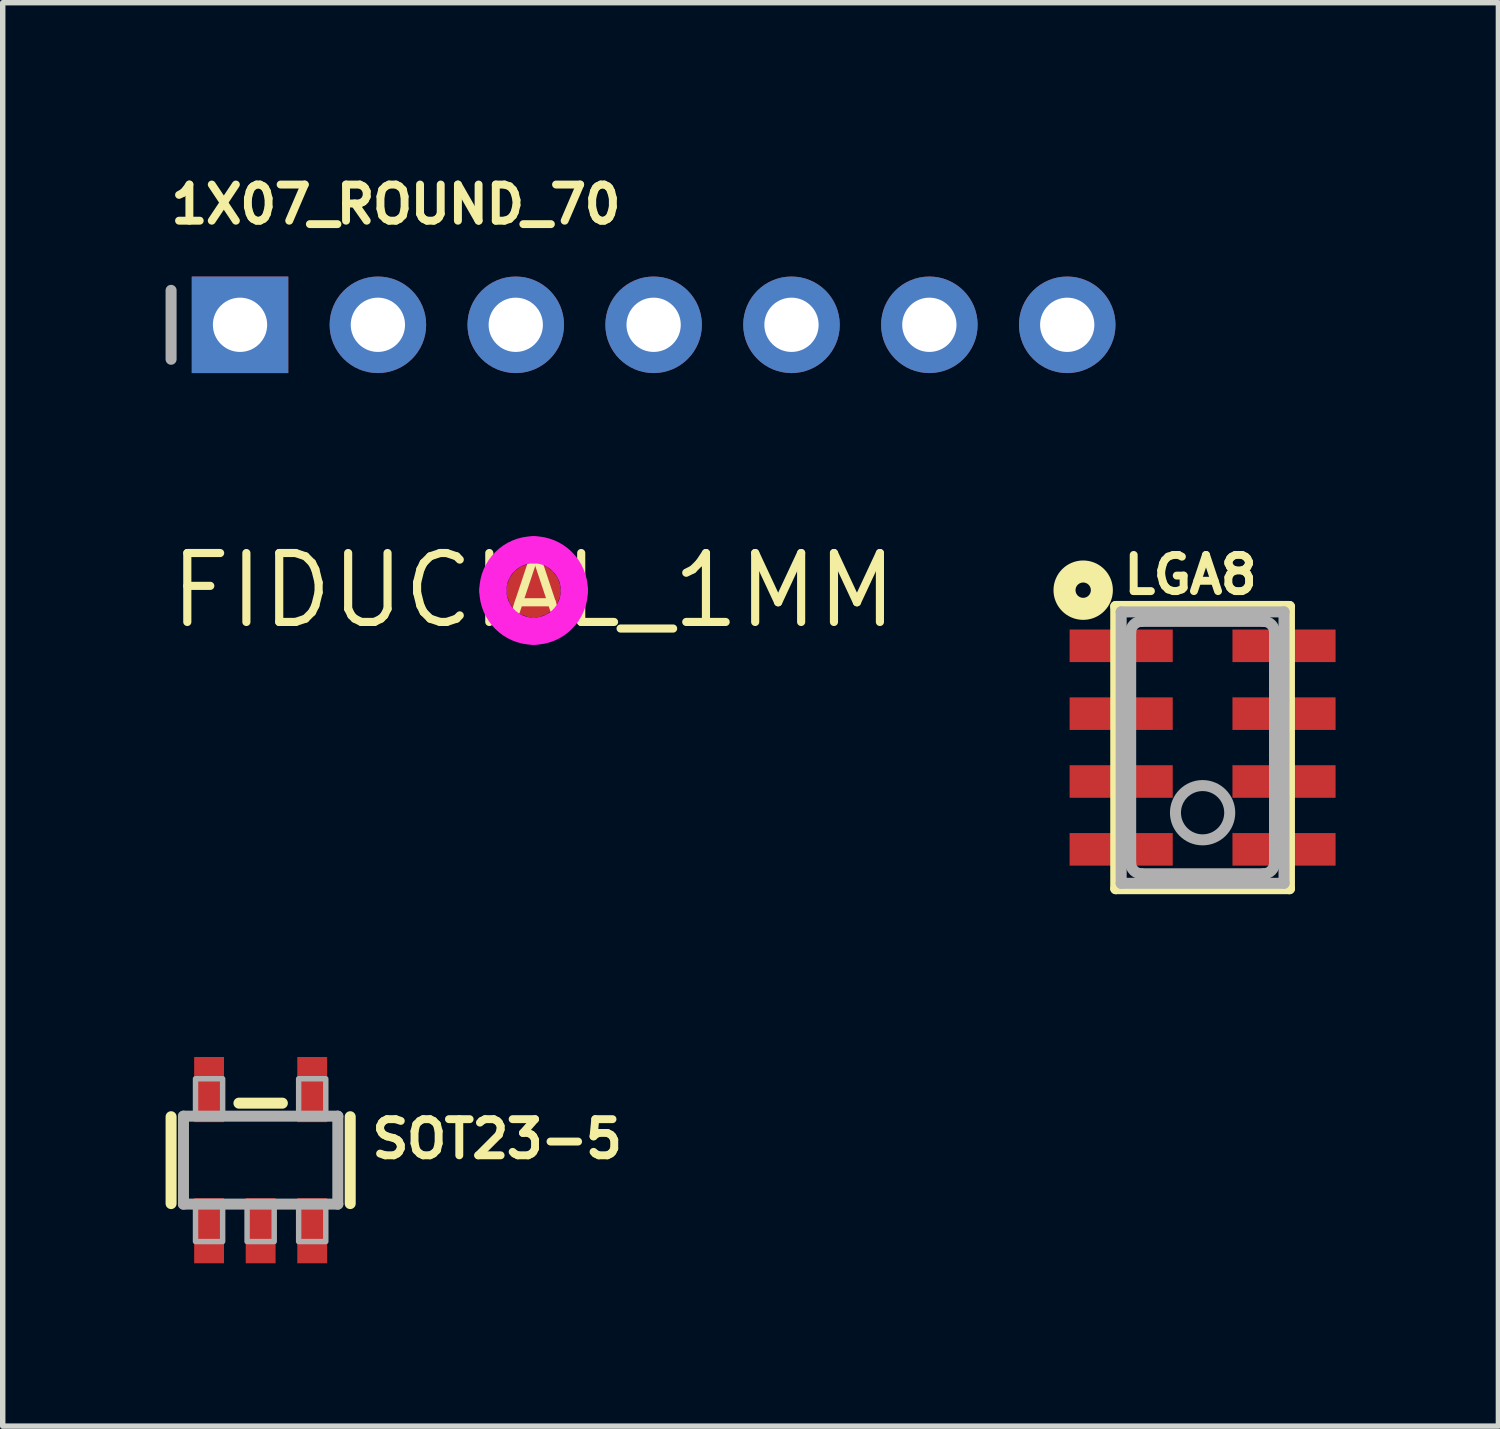
<source format=kicad_pcb>
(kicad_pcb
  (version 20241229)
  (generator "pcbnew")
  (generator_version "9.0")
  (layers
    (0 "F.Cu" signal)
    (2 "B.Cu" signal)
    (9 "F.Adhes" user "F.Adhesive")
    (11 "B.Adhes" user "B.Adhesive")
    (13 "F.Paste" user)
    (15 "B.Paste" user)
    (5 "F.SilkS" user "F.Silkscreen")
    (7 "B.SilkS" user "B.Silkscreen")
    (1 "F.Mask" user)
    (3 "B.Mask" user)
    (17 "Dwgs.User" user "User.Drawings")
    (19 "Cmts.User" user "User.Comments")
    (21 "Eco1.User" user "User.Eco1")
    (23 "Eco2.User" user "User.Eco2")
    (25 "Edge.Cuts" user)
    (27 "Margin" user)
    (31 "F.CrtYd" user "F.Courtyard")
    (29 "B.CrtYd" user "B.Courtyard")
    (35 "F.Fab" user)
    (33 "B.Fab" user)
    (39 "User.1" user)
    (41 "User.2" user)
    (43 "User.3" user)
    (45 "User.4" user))
  (footprint "FIDUCIAL_1MM"
    (layer "F.Cu")
    (at 6.781 7.829)
    (property "Reference" "FIDUCIAL_1MM" (at 0 0 0) (layer "F.SilkS") (effects (font (size 1.27 1.27) (thickness 0.15))))
    (fp_arc (start -0.75 0) (mid -0.53033 -0.53033) (end 0 -0.75) (stroke (width 0.5) (type solid)) (layer "F.Mask"))
    (fp_arc (start 0 -0.75) (mid 0.53033 -0.53033) (end 0.75 0) (stroke (width 0.5) (type solid)) (layer "F.Mask"))
    (fp_arc (start 0 0.75) (mid -0.53033 0.53033) (end -0.75 0) (stroke (width 0.5) (type solid)) (layer "F.Mask"))
    (fp_arc (start 0.75 0) (mid 0.53033 0.53033) (end 0 0.75) (stroke (width 0.5) (type solid)) (layer "F.Mask"))
    (fp_arc (start -0.75 0) (mid -0.53033 -0.53033) (end 0 -0.75) (stroke (width 0.5) (type solid)) (layer "F.CrtYd"))
    (fp_arc (start 0 -0.75) (mid 0.53033 -0.53033) (end 0.75 0) (stroke (width 0.5) (type solid)) (layer "F.CrtYd"))
    (fp_arc (start 0 0.75) (mid -0.53033 0.53033) (end -0.75 0) (stroke (width 0.5) (type solid)) (layer "F.CrtYd"))
    (fp_arc (start 0.75 0) (mid 0.53033 0.53033) (end 0 0.75) (stroke (width 0.5) (type solid)) (layer "F.CrtYd"))
    (pad "1" smd roundrect (at 0 0) (size 1 1) (layers "F.Cu" "F.Mask") (roundrect_rratio 0.5)))
  (footprint "1X07_ROUND_70"
    (layer "F.Cu")
    (at 8.992 2.934)
    (property "Reference" "1X07_ROUND_70" (at -8.966 -1.829 0) (layer "F.SilkS") (effects (font (size 0.666 0.666) (thickness 0.146)) (justify left bottom)))
    (fp_line (start -8.89 -0.635) (end -8.89 0.635) (stroke (width 0.203) (type solid)) (layer "F.Fab"))
    (fp_poly (pts (xy -7.874 0.254) (xy -7.366 0.254) (xy -7.366 -0.254) (xy -7.874 -0.254)) (stroke (width 0.1) (type solid)) (fill no) (layer "F.Fab"))
    (fp_poly (pts (xy -5.334 0.254) (xy -4.826 0.254) (xy -4.826 -0.254) (xy -5.334 -0.254)) (stroke (width 0.1) (type solid)) (fill no) (layer "F.Fab"))
    (fp_poly (pts (xy -2.794 0.254) (xy -2.286 0.254) (xy -2.286 -0.254) (xy -2.794 -0.254)) (stroke (width 0.1) (type solid)) (fill no) (layer "F.Fab"))
    (fp_poly (pts (xy -0.254 0.254) (xy 0.254 0.254) (xy 0.254 -0.254) (xy -0.254 -0.254)) (stroke (width 0.1) (type solid)) (fill no) (layer "F.Fab"))
    (fp_poly (pts (xy 2.286 0.254) (xy 2.794 0.254) (xy 2.794 -0.254) (xy 2.286 -0.254)) (stroke (width 0.1) (type solid)) (fill no) (layer "F.Fab"))
    (fp_poly (pts (xy 4.826 0.254) (xy 5.334 0.254) (xy 5.334 -0.254) (xy 4.826 -0.254)) (stroke (width 0.1) (type solid)) (fill no) (layer "F.Fab"))
    (fp_poly (pts (xy 7.366 0.254) (xy 7.874 0.254) (xy 7.874 -0.254) (xy 7.366 -0.254)) (stroke (width 0.1) (type solid)) (fill no) (layer "F.Fab"))
    (pad "1" thru_hole rect (at -7.62 0 90) (size 1.778 1.778) (drill 1) (layers "*.Cu" "*.Mask"))
    (pad "2" thru_hole circle (at -5.08 0 90) (size 1.778 1.778) (drill 1) (layers "*.Cu" "*.Mask"))
    (pad "3" thru_hole circle (at -2.54 0 90) (size 1.778 1.778) (drill 1) (layers "*.Cu" "*.Mask"))
    (pad "4" thru_hole circle (at 0 0 90) (size 1.778 1.778) (drill 1) (layers "*.Cu" "*.Mask"))
    (pad "5" thru_hole circle (at 2.54 0 90) (size 1.778 1.778) (drill 1) (layers "*.Cu" "*.Mask"))
    (pad "6" thru_hole circle (at 5.08 0 90) (size 1.778 1.778) (drill 1) (layers "*.Cu" "*.Mask"))
    (pad "7" thru_hole circle (at 7.62 0 90) (size 1.778 1.778) (drill 1) (layers "*.Cu" "*.Mask")))
  (footprint "SOT23-5"
    (layer "F.Cu")
    (at 1.752 18.324)
    (property "Reference" "SOT23-5" (at 1.978 0 0) (layer "F.SilkS") (effects (font (size 0.666 0.666) (thickness 0.146)) (justify left bottom)))
    (fp_line (start -1.65 -0.8) (end -1.65 0.8) (stroke (width 0.203) (type solid)) (layer "F.SilkS"))
    (fp_line (start -0.4 -1.05) (end 0.4 -1.05) (stroke (width 0.203) (type solid)) (layer "F.SilkS"))
    (fp_line (start 1.65 -0.8) (end 1.65 0.8) (stroke (width 0.203) (type solid)) (layer "F.SilkS"))
    (fp_line (start -1.422 -0.81) (end 1.422 -0.81) (stroke (width 0.203) (type solid)) (layer "F.Fab"))
    (fp_line (start -1.422 0.81) (end -1.422 -0.81) (stroke (width 0.203) (type solid)) (layer "F.Fab"))
    (fp_line (start 1.422 -0.81) (end 1.422 0.81) (stroke (width 0.203) (type solid)) (layer "F.Fab"))
    (fp_line (start 1.422 0.81) (end -1.422 0.81) (stroke (width 0.203) (type solid)) (layer "F.Fab"))
    (fp_poly (pts (xy -1.2 -0.85) (xy -0.7 -0.85) (xy -0.7 -1.5) (xy -1.2 -1.5)) (stroke (width 0.1) (type solid)) (fill no) (layer "F.Fab"))
    (fp_poly (pts (xy -1.2 1.5) (xy -0.7 1.5) (xy -0.7 0.85) (xy -1.2 0.85)) (stroke (width 0.1) (type solid)) (fill no) (layer "F.Fab"))
    (fp_poly (pts (xy -0.25 1.5) (xy 0.25 1.5) (xy 0.25 0.85) (xy -0.25 0.85)) (stroke (width 0.1) (type solid)) (fill no) (layer "F.Fab"))
    (fp_poly (pts (xy 0.7 -0.85) (xy 1.2 -0.85) (xy 1.2 -1.5) (xy 0.7 -1.5)) (stroke (width 0.1) (type solid)) (fill no) (layer "F.Fab"))
    (fp_poly (pts (xy 0.7 1.5) (xy 1.2 1.5) (xy 1.2 0.85) (xy 0.7 0.85)) (stroke (width 0.1) (type solid)) (fill no) (layer "F.Fab"))
    (pad "1" smd rect (at -0.95 1.3) (size 0.55 1.2) (layers "F.Cu" "F.Mask" "F.Paste"))
    (pad "2" smd rect (at 0 1.3) (size 0.55 1.2) (layers "F.Cu" "F.Mask" "F.Paste"))
    (pad "3" smd rect (at 0.95 1.3) (size 0.55 1.2) (layers "F.Cu" "F.Mask" "F.Paste"))
    (pad "4" smd rect (at 0.95 -1.3) (size 0.55 1.2) (layers "F.Cu" "F.Mask" "F.Paste"))
    (pad "5" smd rect (at -0.95 -1.3) (size 0.55 1.2) (layers "F.Cu" "F.Mask" "F.Paste")))
  (footprint "LGA8"
    (layer "F.Cu")
    (at 19.106 10.723)
    (property "Reference" "LGA8" (at -1.524 -2.794 0) (layer "F.SilkS") (effects (font (size 0.666 0.666) (thickness 0.146)) (justify left bottom)))
    (fp_line (start -1.6 -2.6) (end 1.6 -2.6) (stroke (width 0.203) (type solid)) (layer "F.SilkS"))
    (fp_line (start -1.6 2.6) (end -1.6 -2.6) (stroke (width 0.203) (type solid)) (layer "F.SilkS"))
    (fp_line (start 1.6 -2.6) (end 1.6 2.6) (stroke (width 0.203) (type solid)) (layer "F.SilkS"))
    (fp_line (start 1.6 2.6) (end -1.6 2.6) (stroke (width 0.203) (type solid)) (layer "F.SilkS"))
    (fp_circle (center -2.2 -2.9) (end -2.059 -2.9) (stroke (width 0.406) (type solid)) (fill no) (layer "F.SilkS"))
    (fp_line (start -1.5 -2.5) (end 1.5 -2.5) (stroke (width 0.203) (type solid)) (layer "F.Fab"))
    (fp_line (start -1.5 2.5) (end -1.5 -2.5) (stroke (width 0.203) (type solid)) (layer "F.Fab"))
    (fp_line (start -1.325 2.125) (end -1.325 -2.125) (stroke (width 0.203) (type solid)) (layer "F.Fab"))
    (fp_line (start -1.125 -2.325) (end 1.125 -2.325) (stroke (width 0.203) (type solid)) (layer "F.Fab"))
    (fp_line (start 1.125 2.325) (end -1.125 2.325) (stroke (width 0.203) (type solid)) (layer "F.Fab"))
    (fp_line (start 1.325 -2.125) (end 1.325 2.125) (stroke (width 0.203) (type solid)) (layer "F.Fab"))
    (fp_line (start 1.5 -2.5) (end 1.5 2.5) (stroke (width 0.203) (type solid)) (layer "F.Fab"))
    (fp_line (start 1.5 2.5) (end -1.5 2.5) (stroke (width 0.203) (type solid)) (layer "F.Fab"))
    (fp_arc (start -1.325 -2.125) (mid -1.266421 -2.266421) (end -1.125 -2.325) (stroke (width 0.2032) (type solid)) (layer "F.Fab"))
    (fp_arc (start -1.125 2.325) (mid -1.266421 2.266421) (end -1.325 2.125) (stroke (width 0.2032) (type solid)) (layer "F.Fab"))
    (fp_arc (start 1.125 -2.325) (mid 1.266421 -2.266421) (end 1.325 -2.125) (stroke (width 0.2032) (type solid)) (layer "F.Fab"))
    (fp_arc (start 1.325 2.125) (mid 1.266421 2.266421) (end 1.125 2.325) (stroke (width 0.2032) (type solid)) (layer "F.Fab"))
    (fp_circle (center 0 1.2) (end 0.5 1.2) (stroke (width 0.203) (type solid)) (fill no) (layer "F.Fab"))
    (pad "P$1" smd rect (at -1.5 -1.875) (size 1.9 0.6) (layers "F.Cu" "F.Mask" "F.Paste"))
    (pad "P$2" smd rect (at -1.5 -0.625) (size 1.9 0.6) (layers "F.Cu" "F.Mask" "F.Paste"))
    (pad "P$3" smd rect (at -1.5 0.625) (size 1.9 0.6) (layers "F.Cu" "F.Mask" "F.Paste"))
    (pad "P$4" smd rect (at -1.5 1.875) (size 1.9 0.6) (layers "F.Cu" "F.Mask" "F.Paste"))
    (pad "P$5" smd rect (at 1.5 1.875) (size 1.9 0.6) (layers "F.Cu" "F.Mask" "F.Paste"))
    (pad "P$6" smd rect (at 1.5 0.625) (size 1.9 0.6) (layers "F.Cu" "F.Mask" "F.Paste"))
    (pad "P$7" smd rect (at 1.5 -0.625) (size 1.9 0.6) (layers "F.Cu" "F.Mask" "F.Paste"))
    (pad "P$8" smd rect (at 1.5 -1.875) (size 1.9 0.6) (layers "F.Cu" "F.Mask" "F.Paste")))
  (gr_rect
    (start -3 -3)
    (end 24.556 23.224)
    (stroke (width 0.1) (type default))
    (fill no)
    (layer "Edge.Cuts")))
</source>
